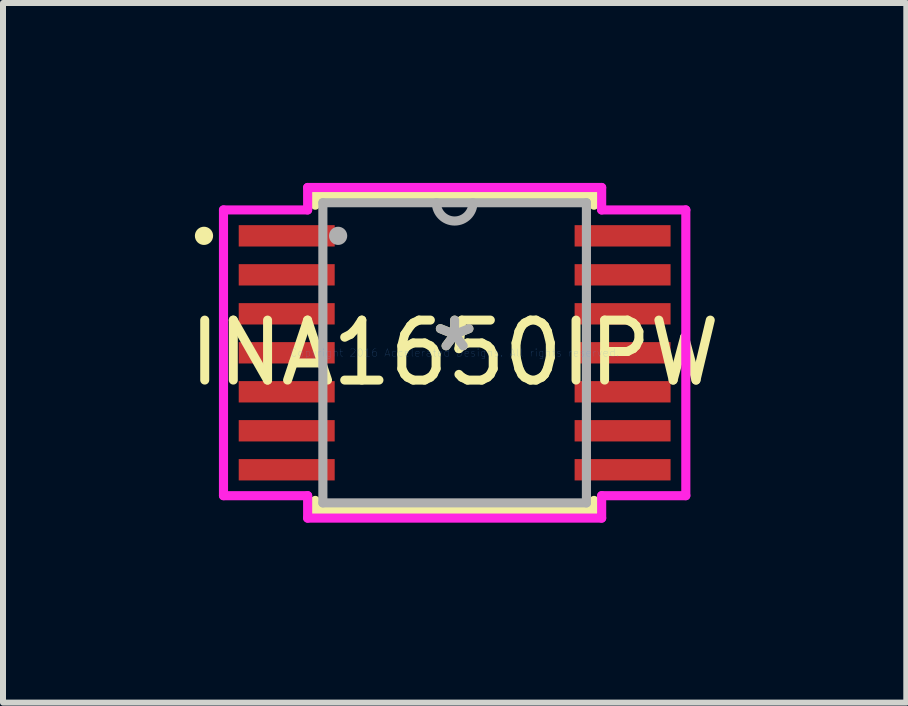
<source format=kicad_pcb>
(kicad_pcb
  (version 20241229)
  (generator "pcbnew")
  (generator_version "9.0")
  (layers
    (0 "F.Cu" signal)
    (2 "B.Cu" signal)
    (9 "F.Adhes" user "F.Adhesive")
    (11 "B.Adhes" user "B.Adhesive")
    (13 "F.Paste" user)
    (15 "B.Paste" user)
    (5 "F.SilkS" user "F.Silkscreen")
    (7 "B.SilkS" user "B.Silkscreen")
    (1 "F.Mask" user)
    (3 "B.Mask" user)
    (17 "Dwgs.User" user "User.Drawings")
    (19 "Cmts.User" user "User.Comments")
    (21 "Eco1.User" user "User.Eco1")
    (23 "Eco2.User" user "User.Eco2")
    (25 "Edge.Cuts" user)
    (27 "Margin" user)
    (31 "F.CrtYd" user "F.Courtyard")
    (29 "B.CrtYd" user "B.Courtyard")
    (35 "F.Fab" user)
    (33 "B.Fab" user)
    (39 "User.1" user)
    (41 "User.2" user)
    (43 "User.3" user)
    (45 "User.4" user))
  (footprint "INA1650IPW"
    (layer "F.Cu")
    (at 4.53 2.832)
    (property "Reference" "INA1650IPW" (at 0 0 0) (layer "F.SilkS") (effects (font (size 1 1) (thickness 0.15))))
    (attr through_hole)
    (fp_line (start -2.324 -2.629) (end -2.324 -2.461) (stroke (width 0.152) (type solid)) (layer "F.SilkS"))
    (fp_line (start -2.324 2.461) (end -2.324 2.629) (stroke (width 0.152) (type solid)) (layer "F.SilkS"))
    (fp_line (start -2.324 2.629) (end 2.324 2.629) (stroke (width 0.152) (type solid)) (layer "F.SilkS"))
    (fp_line (start 2.324 -2.629) (end -2.324 -2.629) (stroke (width 0.152) (type solid)) (layer "F.SilkS"))
    (fp_line (start 2.324 -2.461) (end 2.324 -2.629) (stroke (width 0.152) (type solid)) (layer "F.SilkS"))
    (fp_line (start 2.324 2.629) (end 2.324 2.461) (stroke (width 0.152) (type solid)) (layer "F.SilkS"))
    (fp_circle (center -4.179 -1.95) (end -4.103 -1.95) (stroke (width 0.152) (type solid)) (fill no) (layer "F.SilkS"))
    (fp_line (start -3.854 -2.382) (end -2.451 -2.382) (stroke (width 0.152) (type solid)) (layer "F.CrtYd"))
    (fp_line (start -3.854 2.382) (end -3.854 -2.382) (stroke (width 0.152) (type solid)) (layer "F.CrtYd"))
    (fp_line (start -2.451 -2.756) (end 2.451 -2.756) (stroke (width 0.152) (type solid)) (layer "F.CrtYd"))
    (fp_line (start -2.451 -2.382) (end -2.451 -2.756) (stroke (width 0.152) (type solid)) (layer "F.CrtYd"))
    (fp_line (start -2.451 2.382) (end -3.854 2.382) (stroke (width 0.152) (type solid)) (layer "F.CrtYd"))
    (fp_line (start -2.451 2.756) (end -2.451 2.382) (stroke (width 0.152) (type solid)) (layer "F.CrtYd"))
    (fp_line (start 2.451 -2.756) (end 2.451 -2.382) (stroke (width 0.152) (type solid)) (layer "F.CrtYd"))
    (fp_line (start 2.451 -2.382) (end 3.854 -2.382) (stroke (width 0.152) (type solid)) (layer "F.CrtYd"))
    (fp_line (start 2.451 2.382) (end 2.451 2.756) (stroke (width 0.152) (type solid)) (layer "F.CrtYd"))
    (fp_line (start 2.451 2.756) (end -2.451 2.756) (stroke (width 0.152) (type solid)) (layer "F.CrtYd"))
    (fp_line (start 3.854 -2.382) (end 3.854 2.382) (stroke (width 0.152) (type solid)) (layer "F.CrtYd"))
    (fp_line (start 3.854 2.382) (end 2.451 2.382) (stroke (width 0.152) (type solid)) (layer "F.CrtYd"))
    (fp_line (start -2.197 -2.502) (end -2.197 2.502) (stroke (width 0.152) (type solid)) (layer "F.Fab"))
    (fp_line (start -2.197 2.502) (end 2.197 2.502) (stroke (width 0.152) (type solid)) (layer "F.Fab"))
    (fp_line (start 2.197 -2.502) (end -2.197 -2.502) (stroke (width 0.152) (type solid)) (layer "F.Fab"))
    (fp_line (start 2.197 2.502) (end 2.197 -2.502) (stroke (width 0.152) (type solid)) (layer "F.Fab"))
    (fp_arc (start 0.3048 -2.5019) (mid 0 -2.1971) (end -0.3048 -2.5019) (stroke (width 0.1524) (type solid)) (layer "F.Fab"))
    (fp_circle (center -1.943 -1.95) (end -1.867 -1.95) (stroke (width 0.152) (type solid)) (fill no) (layer "F.Fab"))
    (fp_text user "*" (at 0 0 0) (layer "F.SilkS") (effects (font (size 1 1) (thickness 0.15))))
    (fp_text user "Copyright 2016 Accelerated Designs. All rights reserved." (at 0 0 0) (layer "Cmts.User") (effects (font (size 0.127 0.127) (thickness 0.002))))
    (fp_text user "*" (at 0 0 0) (layer "F.Fab") (effects (font (size 1 1) (thickness 0.15))))
    (pad "1" smd rect (at -2.8 -1.95) (size 1.6 0.356) (layers "F.Cu" "F.Mask" "F.Paste"))
    (pad "2" smd rect (at -2.8 -1.3) (size 1.6 0.356) (layers "F.Cu" "F.Mask" "F.Paste"))
    (pad "3" smd rect (at -2.8 -0.65) (size 1.6 0.356) (layers "F.Cu" "F.Mask" "F.Paste"))
    (pad "4" smd rect (at -2.8 0) (size 1.6 0.356) (layers "F.Cu" "F.Mask" "F.Paste"))
    (pad "5" smd rect (at -2.8 0.65) (size 1.6 0.356) (layers "F.Cu" "F.Mask" "F.Paste"))
    (pad "6" smd rect (at -2.8 1.3) (size 1.6 0.356) (layers "F.Cu" "F.Mask" "F.Paste"))
    (pad "7" smd rect (at -2.8 1.95) (size 1.6 0.356) (layers "F.Cu" "F.Mask" "F.Paste"))
    (pad "8" smd rect (at 2.8 1.95) (size 1.6 0.356) (layers "F.Cu" "F.Mask" "F.Paste"))
    (pad "9" smd rect (at 2.8 1.3) (size 1.6 0.356) (layers "F.Cu" "F.Mask" "F.Paste"))
    (pad "10" smd rect (at 2.8 0.65) (size 1.6 0.356) (layers "F.Cu" "F.Mask" "F.Paste"))
    (pad "11" smd rect (at 2.8 0) (size 1.6 0.356) (layers "F.Cu" "F.Mask" "F.Paste"))
    (pad "12" smd rect (at 2.8 -0.65) (size 1.6 0.356) (layers "F.Cu" "F.Mask" "F.Paste"))
    (pad "13" smd rect (at 2.8 -1.3) (size 1.6 0.356) (layers "F.Cu" "F.Mask" "F.Paste"))
    (pad "14" smd rect (at 2.8 -1.95) (size 1.6 0.356) (layers "F.Cu" "F.Mask" "F.Paste")))
  (gr_rect
    (start -3 -3)
    (end 12.06 8.664)
    (stroke (width 0.1) (type default))
    (fill no)
    (layer "Edge.Cuts")))
</source>
